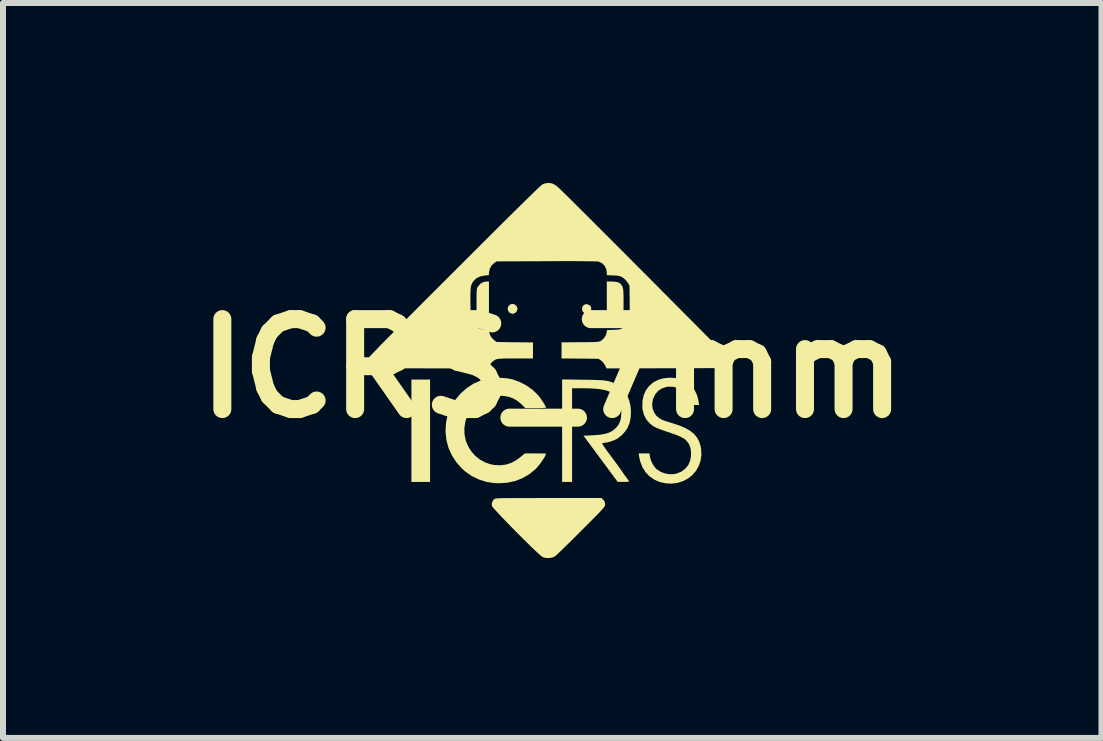
<source format=kicad_pcb>
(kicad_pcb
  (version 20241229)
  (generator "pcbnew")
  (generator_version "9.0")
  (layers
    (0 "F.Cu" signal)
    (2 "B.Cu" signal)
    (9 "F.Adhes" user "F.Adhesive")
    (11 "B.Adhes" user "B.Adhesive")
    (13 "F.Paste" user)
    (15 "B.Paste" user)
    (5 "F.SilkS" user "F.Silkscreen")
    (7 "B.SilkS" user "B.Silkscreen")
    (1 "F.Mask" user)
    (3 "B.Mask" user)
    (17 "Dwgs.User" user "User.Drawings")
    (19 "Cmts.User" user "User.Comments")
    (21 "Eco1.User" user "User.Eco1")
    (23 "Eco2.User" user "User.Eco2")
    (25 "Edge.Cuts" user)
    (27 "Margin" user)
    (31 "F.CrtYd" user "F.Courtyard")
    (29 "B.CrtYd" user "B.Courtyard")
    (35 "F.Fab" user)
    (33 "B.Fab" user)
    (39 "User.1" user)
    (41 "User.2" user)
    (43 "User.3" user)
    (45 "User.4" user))
  (footprint "ICRS_7mm"
    (layer "F.Cu")
    (at 6.157 3.092)
    (property "Reference" "ICRS_7mm" (at 0 0 0) (layer "F.SilkS") (effects (font (size 1.5 1.5) (thickness 0.3))))
    (attr board_only exclude_from_pos_files exclude_from_bom)
    (fp_poly (pts (xy -2.037 1.039) (xy -2.037 1.893) (xy -2.193 1.893) (xy -2.348 1.893) (xy -2.348 1.039) (xy -2.348 0.186) (xy -2.193 0.186) (xy -2.037 0.186)) (stroke (width 0) (type solid)) (fill yes) (layer "F.SilkS"))
    (fp_poly (pts (xy -0.626 -1.066) (xy -0.597 -1.042) (xy -0.581 -1.008) (xy -0.579 -0.993) (xy -0.589 -0.957) (xy -0.613 -0.928) (xy -0.646 -0.912) (xy -0.662 -0.91) (xy -0.698 -0.92) (xy -0.719 -0.935) (xy -0.739 -0.968) (xy -0.743 -1.003) (xy -0.731 -1.036) (xy -0.707 -1.062) (xy -0.673 -1.075) (xy -0.662 -1.076)) (stroke (width 0) (type solid)) (fill yes) (layer "F.SilkS"))
    (fp_poly (pts (xy 0.582 -1.07) (xy 0.613 -1.058) (xy 0.637 -1.04) (xy 0.645 -1.029) (xy 0.651 -0.99) (xy 0.642 -0.956) (xy 0.62 -0.93) (xy 0.591 -0.915) (xy 0.557 -0.915) (xy 0.525 -0.931) (xy 0.504 -0.953) (xy 0.497 -0.982) (xy 0.496 -0.992) (xy 0.504 -1.031) (xy 0.528 -1.058) (xy 0.555 -1.07)) (stroke (width 0) (type solid)) (fill yes) (layer "F.SilkS"))
    (fp_poly (pts (xy -1.055 -1.091) (xy -1.055 -0.734) (xy -1.078 -0.735) (xy -1.107 -0.739) (xy -1.122 -0.742) (xy -1.18 -0.765) (xy -1.223 -0.802) (xy -1.236 -0.822) (xy -1.244 -0.837) (xy -1.251 -0.851) (xy -1.255 -0.867) (xy -1.258 -0.889) (xy -1.26 -0.92) (xy -1.261 -0.962) (xy -1.262 -1.019) (xy -1.262 -1.093) (xy -1.262 -1.098) (xy -1.262 -1.174) (xy -1.261 -1.231) (xy -1.26 -1.274) (xy -1.258 -1.305) (xy -1.255 -1.327) (xy -1.251 -1.342) (xy -1.245 -1.355) (xy -1.238 -1.366) (xy -1.198 -1.411) (xy -1.15 -1.439) (xy -1.1 -1.448) (xy -1.055 -1.448)) (stroke (width 0) (type solid)) (fill yes) (layer "F.SilkS"))
    (fp_poly (pts (xy 1.058 -1.444) (xy 1.106 -1.432) (xy 1.14 -1.41) (xy 1.165 -1.376) (xy 1.171 -1.362) (xy 1.177 -1.344) (xy 1.182 -1.323) (xy 1.185 -1.295) (xy 1.187 -1.257) (xy 1.189 -1.207) (xy 1.189 -1.14) (xy 1.189 -1.093) (xy 1.189 -1.018) (xy 1.189 -0.96) (xy 1.187 -0.916) (xy 1.185 -0.884) (xy 1.181 -0.86) (xy 1.176 -0.841) (xy 1.17 -0.825) (xy 1.169 -0.823) (xy 1.147 -0.788) (xy 1.114 -0.763) (xy 1.069 -0.747) (xy 1.008 -0.738) (xy 0.99 -0.736) (xy 0.91 -0.732) (xy 0.91 -1.09) (xy 0.91 -1.448) (xy 0.994 -1.448)) (stroke (width 0) (type solid)) (fill yes) (layer "F.SilkS"))
    (fp_poly (pts (xy 0.853 2.192) (xy 0.874 2.221) (xy 0.882 2.255) (xy 0.882 2.265) (xy 0.882 2.275) (xy 0.88 2.284) (xy 0.876 2.295) (xy 0.869 2.307) (xy 0.857 2.323) (xy 0.84 2.344) (xy 0.815 2.371) (xy 0.783 2.406) (xy 0.741 2.448) (xy 0.689 2.501) (xy 0.626 2.565) (xy 0.549 2.641) (xy 0.48 2.711) (xy 0.403 2.787) (xy 0.331 2.86) (xy 0.263 2.927) (xy 0.201 2.987) (xy 0.148 3.039) (xy 0.104 3.081) (xy 0.07 3.112) (xy 0.049 3.131) (xy 0.043 3.135) (xy -0.001 3.154) (xy -0.055 3.162) (xy -0.111 3.16) (xy -0.158 3.147) (xy -0.16 3.146) (xy -0.178 3.133) (xy -0.207 3.108) (xy -0.247 3.072) (xy -0.296 3.026) (xy -0.353 2.972) (xy -0.415 2.911) (xy -0.481 2.846) (xy -0.549 2.778) (xy -0.618 2.708) (xy -0.687 2.638) (xy -0.752 2.571) (xy -0.814 2.507) (xy -0.87 2.448) (xy -0.919 2.396) (xy -0.959 2.352) (xy -0.988 2.318) (xy -1.004 2.297) (xy -1.008 2.29) (xy -1.007 2.244) (xy -0.988 2.202) (xy -0.971 2.183) (xy -0.967 2.179) (xy -0.961 2.176) (xy -0.954 2.173) (xy -0.943 2.171) (xy -0.928 2.169) (xy -0.906 2.167) (xy -0.878 2.165) (xy -0.84 2.164) (xy -0.792 2.163) (xy -0.733 2.163) (xy -0.661 2.162) (xy -0.575 2.162) (xy -0.474 2.162) (xy -0.356 2.162) (xy -0.22 2.161) (xy -0.064 2.161) (xy -0.062 2.161) (xy 0.823 2.161)) (stroke (width 0) (type solid)) (fill yes) (layer "F.SilkS"))
    (fp_poly (pts (xy 0.515 0.189) (xy 0.619 0.19) (xy 0.705 0.192) (xy 0.776 0.195) (xy 0.834 0.198) (xy 0.882 0.203) (xy 0.922 0.21) (xy 0.958 0.218) (xy 0.99 0.229) (xy 1.023 0.242) (xy 1.054 0.256) (xy 1.106 0.288) (xy 1.158 0.334) (xy 1.207 0.389) (xy 1.247 0.448) (xy 1.251 0.456) (xy 1.284 0.537) (xy 1.305 0.628) (xy 1.313 0.723) (xy 1.308 0.818) (xy 1.29 0.907) (xy 1.259 0.986) (xy 1.256 0.992) (xy 1.215 1.052) (xy 1.164 1.109) (xy 1.107 1.156) (xy 1.074 1.178) (xy 1.026 1.2) (xy 0.972 1.219) (xy 0.919 1.234) (xy 0.875 1.241) (xy 0.865 1.241) (xy 0.843 1.245) (xy 0.833 1.251) (xy 0.837 1.262) (xy 0.852 1.287) (xy 0.877 1.323) (xy 0.909 1.369) (xy 0.948 1.422) (xy 0.981 1.466) (xy 1.024 1.524) (xy 1.064 1.578) (xy 1.098 1.624) (xy 1.125 1.662) (xy 1.143 1.687) (xy 1.149 1.696) (xy 1.162 1.716) (xy 1.183 1.746) (xy 1.209 1.783) (xy 1.223 1.801) (xy 1.248 1.836) (xy 1.269 1.864) (xy 1.28 1.883) (xy 1.282 1.887) (xy 1.273 1.889) (xy 1.247 1.891) (xy 1.21 1.892) (xy 1.187 1.892) (xy 1.091 1.892) (xy 0.806 1.507) (xy 0.521 1.122) (xy 0.666 1.116) (xy 0.765 1.109) (xy 0.847 1.098) (xy 0.915 1.082) (xy 0.971 1.06) (xy 1.019 1.03) (xy 1.062 0.992) (xy 1.063 0.992) (xy 1.103 0.942) (xy 1.131 0.885) (xy 1.147 0.818) (xy 1.152 0.736) (xy 1.152 0.734) (xy 1.15 0.664) (xy 1.142 0.609) (xy 1.127 0.561) (xy 1.103 0.515) (xy 1.094 0.5) (xy 1.058 0.456) (xy 1.015 0.419) (xy 0.962 0.39) (xy 0.897 0.367) (xy 0.82 0.35) (xy 0.727 0.339) (xy 0.617 0.333) (xy 0.504 0.331) (xy 0.331 0.331) (xy 0.331 1.112) (xy 0.331 1.893) (xy 0.248 1.893) (xy 0.165 1.893) (xy 0.165 1.038) (xy 0.165 0.184)) (stroke (width 0) (type solid)) (fill yes) (layer "F.SilkS"))
    (fp_poly (pts (xy -0.829 0.159) (xy -0.745 0.167) (xy -0.671 0.181) (xy -0.653 0.186) (xy -0.536 0.229) (xy -0.425 0.288) (xy -0.325 0.36) (xy -0.239 0.443) (xy -0.227 0.457) (xy -0.2 0.491) (xy -0.173 0.531) (xy -0.146 0.572) (xy -0.124 0.609) (xy -0.109 0.639) (xy -0.103 0.656) (xy -0.113 0.658) (xy -0.14 0.659) (xy -0.181 0.661) (xy -0.233 0.662) (xy -0.277 0.662) (xy -0.45 0.662) (xy -0.504 0.607) (xy -0.574 0.546) (xy -0.647 0.502) (xy -0.727 0.473) (xy -0.817 0.458) (xy -0.889 0.455) (xy -0.997 0.462) (xy -1.091 0.482) (xy -1.174 0.518) (xy -1.249 0.569) (xy -1.293 0.61) (xy -1.361 0.691) (xy -1.412 0.779) (xy -1.446 0.876) (xy -1.464 0.984) (xy -1.465 1.003) (xy -1.462 1.106) (xy -1.441 1.205) (xy -1.403 1.298) (xy -1.349 1.384) (xy -1.283 1.458) (xy -1.204 1.521) (xy -1.116 1.569) (xy -1.02 1.601) (xy -0.958 1.611) (xy -0.857 1.615) (xy -0.765 1.602) (xy -0.678 1.573) (xy -0.593 1.525) (xy -0.525 1.474) (xy -0.456 1.417) (xy -0.28 1.417) (xy -0.222 1.417) (xy -0.172 1.418) (xy -0.133 1.419) (xy -0.11 1.421) (xy -0.103 1.422) (xy -0.11 1.444) (xy -0.127 1.477) (xy -0.152 1.517) (xy -0.182 1.562) (xy -0.215 1.606) (xy -0.248 1.647) (xy -0.278 1.679) (xy -0.281 1.681) (xy -0.385 1.766) (xy -0.498 1.831) (xy -0.619 1.878) (xy -0.749 1.906) (xy -0.886 1.915) (xy -0.967 1.912) (xy -1.098 1.892) (xy -1.223 1.852) (xy -1.341 1.795) (xy -1.448 1.721) (xy -1.509 1.667) (xy -1.6 1.563) (xy -1.673 1.45) (xy -1.728 1.329) (xy -1.763 1.201) (xy -1.778 1.067) (xy -1.779 1.028) (xy -1.769 0.893) (xy -1.741 0.767) (xy -1.693 0.648) (xy -1.626 0.536) (xy -1.539 0.431) (xy -1.521 0.413) (xy -1.421 0.325) (xy -1.315 0.256) (xy -1.2 0.205) (xy -1.074 0.17) (xy -1.071 0.169) (xy -1 0.16) (xy -0.917 0.156)) (stroke (width 0) (type solid)) (fill yes) (layer "F.SilkS"))
    (fp_poly (pts (xy 2.063 0.161) (xy 2.144 0.178) (xy 2.215 0.208) (xy 2.279 0.253) (xy 2.314 0.285) (xy 2.371 0.357) (xy 2.413 0.441) (xy 2.437 0.531) (xy 2.438 0.54) (xy 2.448 0.61) (xy 2.362 0.61) (xy 2.277 0.61) (xy 2.265 0.555) (xy 2.24 0.478) (xy 2.199 0.414) (xy 2.146 0.362) (xy 2.083 0.326) (xy 2.011 0.306) (xy 1.935 0.305) (xy 1.91 0.308) (xy 1.833 0.332) (xy 1.77 0.371) (xy 1.721 0.426) (xy 1.686 0.495) (xy 1.679 0.516) (xy 1.666 0.592) (xy 1.673 0.665) (xy 1.696 0.731) (xy 1.736 0.789) (xy 1.791 0.835) (xy 1.832 0.857) (xy 1.861 0.868) (xy 1.904 0.883) (xy 1.955 0.899) (xy 2.007 0.915) (xy 2.125 0.954) (xy 2.223 0.996) (xy 2.303 1.043) (xy 2.367 1.096) (xy 2.416 1.156) (xy 2.452 1.224) (xy 2.475 1.302) (xy 2.482 1.342) (xy 2.487 1.444) (xy 2.473 1.54) (xy 2.442 1.629) (xy 2.396 1.709) (xy 2.336 1.779) (xy 2.263 1.836) (xy 2.18 1.88) (xy 2.088 1.909) (xy 1.988 1.921) (xy 1.898 1.917) (xy 1.794 1.895) (xy 1.702 1.855) (xy 1.622 1.8) (xy 1.555 1.73) (xy 1.503 1.646) (xy 1.466 1.55) (xy 1.45 1.476) (xy 1.441 1.417) (xy 1.531 1.417) (xy 1.621 1.417) (xy 1.628 1.467) (xy 1.642 1.524) (xy 1.668 1.583) (xy 1.701 1.637) (xy 1.738 1.679) (xy 1.74 1.68) (xy 1.804 1.722) (xy 1.878 1.751) (xy 1.956 1.764) (xy 2.034 1.762) (xy 2.074 1.753) (xy 2.153 1.721) (xy 2.217 1.674) (xy 2.266 1.615) (xy 2.298 1.543) (xy 2.314 1.461) (xy 2.314 1.397) (xy 2.305 1.327) (xy 2.284 1.27) (xy 2.25 1.22) (xy 2.232 1.201) (xy 2.207 1.178) (xy 2.172 1.157) (xy 2.127 1.134) (xy 2.069 1.11) (xy 1.995 1.083) (xy 1.915 1.056) (xy 1.84 1.03) (xy 1.781 1.009) (xy 1.735 0.99) (xy 1.699 0.971) (xy 1.668 0.951) (xy 1.639 0.928) (xy 1.622 0.913) (xy 1.566 0.847) (xy 1.528 0.772) (xy 1.506 0.685) (xy 1.502 0.641) (xy 1.505 0.537) (xy 1.526 0.444) (xy 1.563 0.362) (xy 1.616 0.292) (xy 1.683 0.235) (xy 1.763 0.192) (xy 1.856 0.165) (xy 1.959 0.155) (xy 1.969 0.155)) (stroke (width 0) (type solid)) (fill yes) (layer "F.SilkS"))
    (fp_poly (pts (xy -0.003 -3.084) (xy 0.007 -3.08) (xy 0.033 -3.067) (xy 0.065 -3.046) (xy 0.083 -3.034) (xy 0.095 -3.023) (xy 0.12 -2.999) (xy 0.159 -2.961) (xy 0.211 -2.911) (xy 0.273 -2.849) (xy 0.347 -2.776) (xy 0.431 -2.692) (xy 0.525 -2.599) (xy 0.627 -2.497) (xy 0.737 -2.387) (xy 0.854 -2.27) (xy 0.978 -2.146) (xy 1.108 -2.016) (xy 1.243 -1.881) (xy 1.382 -1.741) (xy 1.525 -1.597) (xy 1.544 -1.579) (xy 2.958 -0.157) (xy 2.958 -0.11) (xy 2.953 -0.07) (xy 2.937 -0.039) (xy 2.933 -0.034) (xy 2.908 -0.005) (xy 1.906 -0.002) (xy 0.905 0.000295) (xy 0.882 -0.05) (xy 0.847 -0.102) (xy 0.816 -0.13) (xy 0.772 -0.16) (xy 0.464 -0.163) (xy 0.155 -0.166) (xy 0.155 -0.3) (xy 0.155 -0.434) (xy 0.469 -0.437) (xy 0.557 -0.437) (xy 0.628 -0.438) (xy 0.683 -0.439) (xy 0.724 -0.441) (xy 0.754 -0.443) (xy 0.776 -0.446) (xy 0.791 -0.45) (xy 0.803 -0.454) (xy 0.813 -0.461) (xy 0.819 -0.464) (xy 0.865 -0.506) (xy 0.895 -0.556) (xy 0.907 -0.598) (xy 0.913 -0.639) (xy 1.022 -0.643) (xy 1.073 -0.645) (xy 1.108 -0.648) (xy 1.133 -0.653) (xy 1.154 -0.662) (xy 1.176 -0.676) (xy 1.179 -0.678) (xy 1.234 -0.726) (xy 1.271 -0.785) (xy 1.283 -0.82) (xy 1.287 -0.847) (xy 1.29 -0.892) (xy 1.291 -0.956) (xy 1.292 -1.036) (xy 1.291 -1.122) (xy 1.288 -1.382) (xy 1.256 -1.433) (xy 1.217 -1.481) (xy 1.175 -1.515) (xy 1.15 -1.529) (xy 1.127 -1.538) (xy 1.1 -1.544) (xy 1.064 -1.548) (xy 1.017 -1.55) (xy 0.91 -1.554) (xy 0.91 -1.596) (xy 0.9 -1.657) (xy 0.874 -1.71) (xy 0.833 -1.752) (xy 0.78 -1.778) (xy 0.777 -1.779) (xy 0.759 -1.782) (xy 0.72 -1.784) (xy 0.662 -1.785) (xy 0.584 -1.786) (xy 0.486 -1.787) (xy 0.368 -1.788) (xy 0.229 -1.788) (xy 0.069 -1.788) (xy -0.094 -1.787) (xy -0.927 -1.784) (xy -0.964 -1.759) (xy -1.011 -1.716) (xy -1.04 -1.663) (xy -1.052 -1.611) (xy -1.058 -1.554) (xy -1.124 -1.549) (xy -1.199 -1.534) (xy -1.261 -1.505) (xy -1.31 -1.459) (xy -1.32 -1.445) (xy -1.334 -1.423) (xy -1.345 -1.4) (xy -1.353 -1.374) (xy -1.359 -1.341) (xy -1.362 -1.3) (xy -1.364 -1.247) (xy -1.365 -1.181) (xy -1.364 -1.097) (xy -1.363 -1.049) (xy -1.362 -0.971) (xy -1.36 -0.91) (xy -1.358 -0.865) (xy -1.355 -0.832) (xy -1.352 -0.808) (xy -1.347 -0.79) (xy -1.341 -0.776) (xy -1.34 -0.776) (xy -1.301 -0.719) (xy -1.252 -0.679) (xy -1.191 -0.654) (xy -1.125 -0.643) (xy -1.056 -0.639) (xy -1.05 -0.6) (xy -1.03 -0.541) (xy -0.99 -0.49) (xy -0.966 -0.469) (xy -0.927 -0.44) (xy -0.624 -0.436) (xy -0.321 -0.433) (xy -0.321 -0.299) (xy -0.321 -0.165) (xy -0.613 -0.165) (xy -0.7 -0.165) (xy -0.768 -0.165) (xy -0.822 -0.164) (xy -0.862 -0.162) (xy -0.892 -0.16) (xy -0.914 -0.156) (xy -0.931 -0.152) (xy -0.945 -0.147) (xy -0.947 -0.146) (xy -0.988 -0.12) (xy -1.024 -0.084) (xy -1.047 -0.045) (xy -1.052 -0.03) (xy -1.057 0) (xy -2.041 -0.000366) (xy -2.212 -0.000477) (xy -2.362 -0.001) (xy -2.494 -0.001) (xy -2.609 -0.001) (xy -2.708 -0.002) (xy -2.792 -0.003) (xy -2.861 -0.004) (xy -2.918 -0.005) (xy -2.963 -0.006) (xy -2.998 -0.008) (xy -3.023 -0.009) (xy -3.039 -0.012) (xy -3.048 -0.014) (xy -3.05 -0.014) (xy -3.081 -0.043) (xy -3.099 -0.085) (xy -3.102 -0.114) (xy -3.102 -0.118) (xy -3.1 -0.124) (xy -3.096 -0.132) (xy -3.09 -0.142) (xy -3.08 -0.154) (xy -3.067 -0.17) (xy -3.049 -0.191) (xy -3.026 -0.216) (xy -2.997 -0.246) (xy -2.963 -0.282) (xy -2.921 -0.325) (xy -2.873 -0.375) (xy -2.816 -0.433) (xy -2.751 -0.499) (xy -2.676 -0.574) (xy -2.592 -0.659) (xy -2.497 -0.754) (xy -2.392 -0.86) (xy -2.275 -0.977) (xy -2.146 -1.107) (xy -2.004 -1.249) (xy -1.848 -1.404) (xy -1.679 -1.574) (xy -1.652 -1.6) (xy -1.465 -1.787) (xy -1.293 -1.959) (xy -1.134 -2.118) (xy -0.989 -2.262) (xy -0.857 -2.394) (xy -0.738 -2.512) (xy -0.63 -2.618) (xy -0.535 -2.712) (xy -0.452 -2.794) (xy -0.379 -2.865) (xy -0.318 -2.925) (xy -0.267 -2.974) (xy -0.226 -3.013) (xy -0.195 -3.041) (xy -0.173 -3.06) (xy -0.16 -3.07) (xy -0.158 -3.072) (xy -0.107 -3.087) (xy -0.053 -3.092)) (stroke (width 0) (type solid)) (fill yes) (layer "F.SilkS")))
  (gr_rect
    (start -3 -3)
    (end 15.314 9.253)
    (stroke (width 0.1) (type default))
    (fill no)
    (layer "Edge.Cuts")))
</source>
